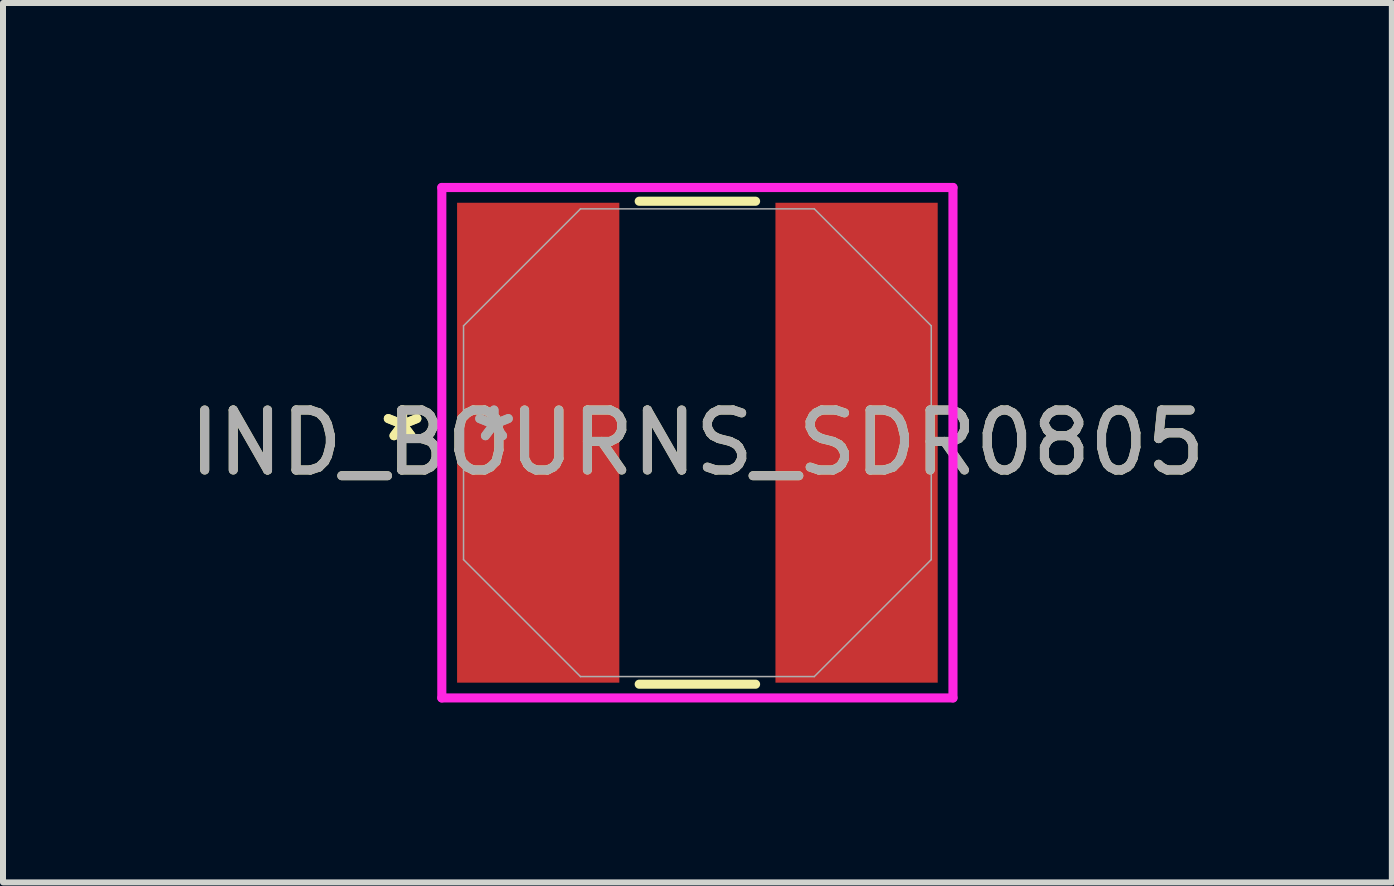
<source format=kicad_pcb>
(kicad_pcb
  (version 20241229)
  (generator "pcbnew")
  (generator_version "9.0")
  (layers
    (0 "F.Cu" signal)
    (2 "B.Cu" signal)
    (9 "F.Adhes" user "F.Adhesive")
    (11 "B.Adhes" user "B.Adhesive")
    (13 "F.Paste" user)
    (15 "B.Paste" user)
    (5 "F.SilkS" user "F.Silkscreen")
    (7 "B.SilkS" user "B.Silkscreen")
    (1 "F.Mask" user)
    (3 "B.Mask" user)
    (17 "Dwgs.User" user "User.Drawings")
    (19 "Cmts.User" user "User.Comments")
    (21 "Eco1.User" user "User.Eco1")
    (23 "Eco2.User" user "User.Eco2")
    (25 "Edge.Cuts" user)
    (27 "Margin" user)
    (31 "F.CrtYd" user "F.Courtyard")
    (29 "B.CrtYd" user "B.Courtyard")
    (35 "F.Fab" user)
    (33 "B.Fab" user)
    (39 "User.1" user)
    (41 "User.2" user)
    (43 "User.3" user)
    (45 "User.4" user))
  (footprint "IND_BOURNS_SDR0805"
    (layer "F.Cu")
    (at 8.577 4.331)
    (property "Reference" "IND_BOURNS_SDR0805" (at 0 0 0) (unlocked yes) (layer "F.SilkS") (effects (font (size 1 1) (thickness 0.15))))
    (attr smd)
    (fp_line (start -0.97 4.026) (end 0.97 4.026) (stroke (width 0.152) (type solid)) (layer "F.SilkS"))
    (fp_line (start 0.97 -4.026) (end -0.97 -4.026) (stroke (width 0.152) (type solid)) (layer "F.SilkS"))
    (fp_line (start -4.261 -4.255) (end 4.261 -4.255) (stroke (width 0.152) (type solid)) (layer "F.CrtYd"))
    (fp_line (start -4.261 4.255) (end -4.261 -4.255) (stroke (width 0.152) (type solid)) (layer "F.CrtYd"))
    (fp_line (start 4.261 -4.255) (end 4.261 4.255) (stroke (width 0.152) (type solid)) (layer "F.CrtYd"))
    (fp_line (start 4.261 4.255) (end -4.261 4.255) (stroke (width 0.152) (type solid)) (layer "F.CrtYd"))
    (fp_line (start -3.899 -1.949) (end -3.899 1.949) (stroke (width 0.025) (type solid)) (layer "F.Fab"))
    (fp_line (start -3.899 1.949) (end -1.949 3.899) (stroke (width 0.025) (type solid)) (layer "F.Fab"))
    (fp_line (start -1.949 -3.899) (end -3.899 -1.949) (stroke (width 0.025) (type solid)) (layer "F.Fab"))
    (fp_line (start -1.949 3.899) (end 1.949 3.899) (stroke (width 0.025) (type solid)) (layer "F.Fab"))
    (fp_line (start 1.949 -3.899) (end -1.949 -3.899) (stroke (width 0.025) (type solid)) (layer "F.Fab"))
    (fp_line (start 1.949 3.899) (end 3.899 1.949) (stroke (width 0.025) (type solid)) (layer "F.Fab"))
    (fp_line (start 3.899 -1.949) (end 1.949 -3.899) (stroke (width 0.025) (type solid)) (layer "F.Fab"))
    (fp_line (start 3.899 1.949) (end 3.899 -1.949) (stroke (width 0.025) (type solid)) (layer "F.Fab"))
    (fp_text user "*" (at -4.915 0 0) (unlocked yes) (layer "F.SilkS") (effects (font (size 1 1) (thickness 0.15))))
    (fp_text user "*" (at -4.915 0 0) (layer "F.SilkS") (effects (font (size 1 1) (thickness 0.15))))
    (fp_text user "${REFERENCE}" (at 0 0 0) (unlocked yes) (layer "F.Fab") (effects (font (size 1 1) (thickness 0.15))))
    (fp_text user "*" (at -3.391 0 0) (layer "F.Fab") (effects (font (size 1 1) (thickness 0.15))))
    (fp_text user "*" (at -3.391 0 0) (unlocked yes) (layer "F.Fab") (effects (font (size 1 1) (thickness 0.15))))
    (pad "1" smd rect (at -2.654 0) (size 2.705 8.001) (layers "F.Cu" "F.Mask" "F.Paste"))
    (pad "2" smd rect (at 2.654 0) (size 2.705 8.001) (layers "F.Cu" "F.Mask" "F.Paste")))
  (gr_rect
    (start -3 -3)
    (end 20.155 11.661)
    (stroke (width 0.1) (type default))
    (fill no)
    (layer "Edge.Cuts")))
</source>
